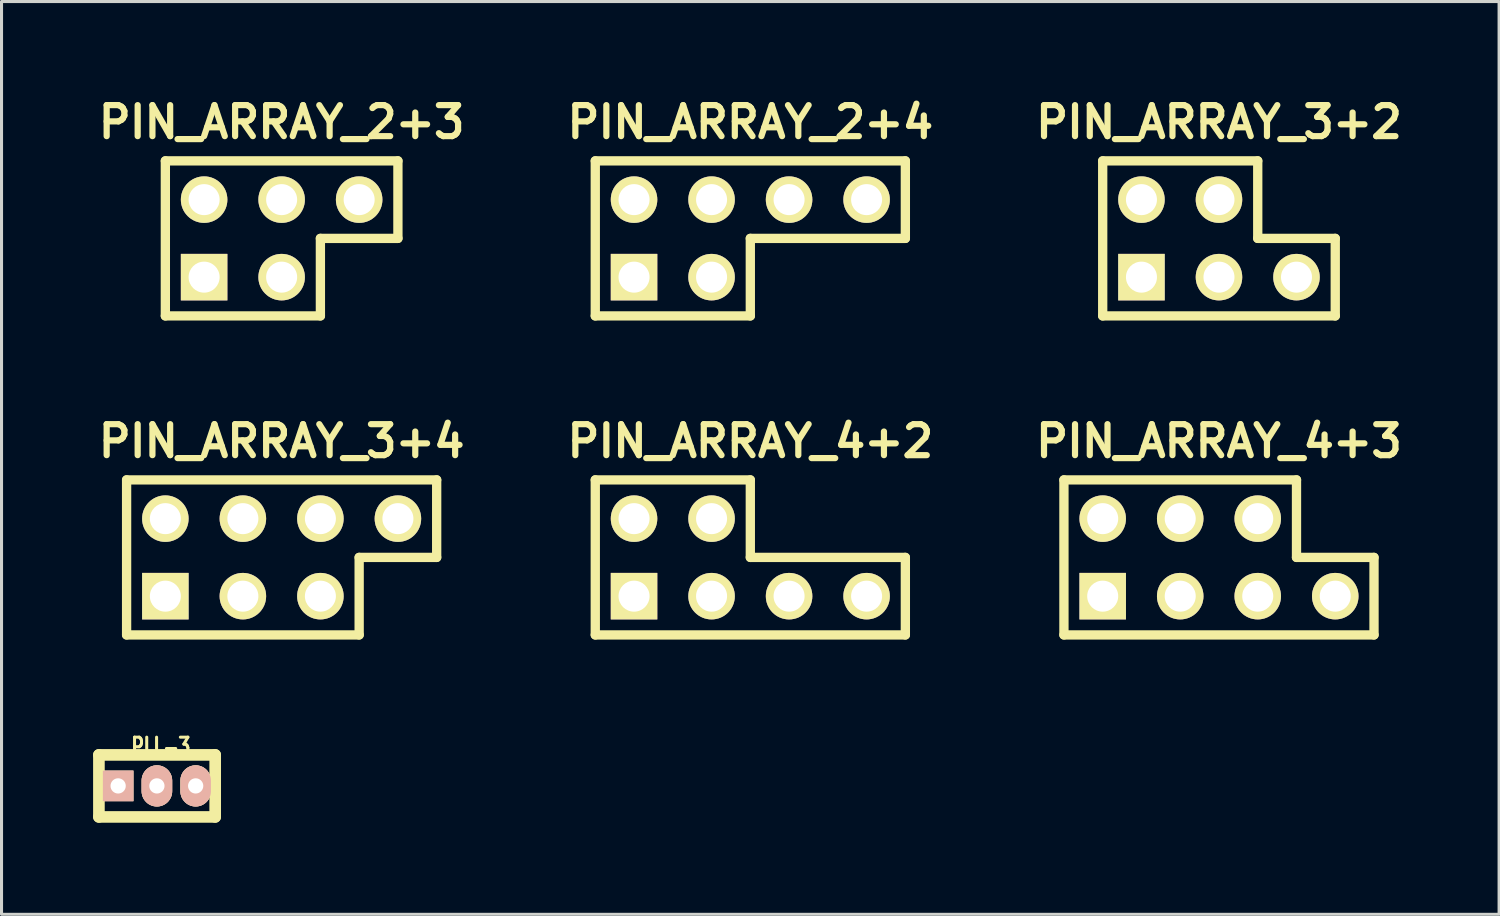
<source format=kicad_pcb>
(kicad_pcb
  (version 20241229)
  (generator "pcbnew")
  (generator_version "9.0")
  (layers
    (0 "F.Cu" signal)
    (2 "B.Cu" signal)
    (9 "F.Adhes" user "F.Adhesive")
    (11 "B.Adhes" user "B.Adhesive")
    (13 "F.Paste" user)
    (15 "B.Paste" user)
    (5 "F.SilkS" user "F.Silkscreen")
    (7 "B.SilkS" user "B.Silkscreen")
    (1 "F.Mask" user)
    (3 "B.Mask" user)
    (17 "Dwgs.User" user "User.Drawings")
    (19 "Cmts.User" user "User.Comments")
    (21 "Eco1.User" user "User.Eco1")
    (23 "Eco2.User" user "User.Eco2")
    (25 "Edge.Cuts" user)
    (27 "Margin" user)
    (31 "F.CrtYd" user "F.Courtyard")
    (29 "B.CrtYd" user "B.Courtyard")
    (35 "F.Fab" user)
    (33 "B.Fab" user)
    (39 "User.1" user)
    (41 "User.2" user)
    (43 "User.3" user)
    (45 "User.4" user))
  (footprint "PIN_ARRAY_4+3"
    (layer "F.Cu")
    (at 36.891 15.214)
    (property "Reference" "PIN_ARRAY_4+3" (at 0 -3.81 0) (layer "F.SilkS") (effects (font (size 1.016 1.016) (thickness 0.203))))
    (attr through_hole)
    (fp_line (start -5.08 -2.54) (end 2.54 -2.54) (stroke (width 0.305) (type solid)) (layer "F.SilkS"))
    (fp_line (start -5.08 2.54) (end -5.08 -2.54) (stroke (width 0.305) (type solid)) (layer "F.SilkS"))
    (fp_line (start 2.54 -2.54) (end 2.54 0) (stroke (width 0.305) (type solid)) (layer "F.SilkS"))
    (fp_line (start 2.54 0) (end 5.08 0) (stroke (width 0.305) (type solid)) (layer "F.SilkS"))
    (fp_line (start 5.08 0) (end 5.08 2.54) (stroke (width 0.305) (type solid)) (layer "F.SilkS"))
    (fp_line (start 5.08 2.54) (end -5.08 2.54) (stroke (width 0.305) (type solid)) (layer "F.SilkS"))
    (pad "1" thru_hole rect (at -3.81 1.27) (size 1.524 1.524) (drill 1.016) (layers "*.Cu" "*.Mask" "F.SilkS"))
    (pad "2" thru_hole circle (at -1.27 1.27) (size 1.524 1.524) (drill 1.016) (layers "*.Cu" "*.Mask" "F.SilkS"))
    (pad "3" thru_hole circle (at 1.27 1.27) (size 1.524 1.524) (drill 1.016) (layers "*.Cu" "*.Mask" "F.SilkS"))
    (pad "4" thru_hole circle (at 3.81 1.27) (size 1.524 1.524) (drill 1.016) (layers "*.Cu" "*.Mask" "F.SilkS"))
    (pad "5" thru_hole circle (at -3.81 -1.27) (size 1.524 1.524) (drill 1.016) (layers "*.Cu" "*.Mask" "F.SilkS"))
    (pad "6" thru_hole circle (at -1.27 -1.27) (size 1.524 1.524) (drill 1.016) (layers "*.Cu" "*.Mask" "F.SilkS"))
    (pad "7" thru_hole circle (at 1.27 -1.27) (size 1.524 1.524) (drill 1.016) (layers "*.Cu" "*.Mask" "F.SilkS")))
  (footprint "PLL-3"
    (layer "F.Cu")
    (at 2.223 22.701)
    (property "Reference" "PLL-3" (at 0 -1.27 0) (layer "F.SilkS") (effects (font (size 0.599 0.399) (thickness 0.099))))
    (attr through_hole)
    (fp_line (start -2.042 0.996) (end -2.052 1.006) (stroke (width 0.191) (type solid)) (layer "F.SilkS"))
    (fp_line (start -2.032 -1.016) (end 1.778 -1.016) (stroke (width 0.381) (type solid)) (layer "F.SilkS"))
    (fp_line (start -2.032 1.006) (end -2.042 0.996) (stroke (width 0.191) (type solid)) (layer "F.SilkS"))
    (fp_line (start -2.032 1.016) (end -2.032 -1.016) (stroke (width 0.381) (type solid)) (layer "F.SilkS"))
    (fp_line (start 1.778 -1.016) (end 1.778 1.016) (stroke (width 0.381) (type solid)) (layer "F.SilkS"))
    (fp_line (start 1.778 1.016) (end -2.032 1.016) (stroke (width 0.381) (type solid)) (layer "F.SilkS"))
    (pad "" np_thru_hole rect (at -1.402 0) (size 1.001 1.001) (drill 0.5) (layers "*.Cu" "*.SilkS" "*.Mask"))
    (pad "" np_thru_hole oval (at -0.132 0) (size 1.001 1.349) (drill 0.5) (layers "*.Cu" "*.SilkS" "*.Mask"))
    (pad "" np_thru_hole oval (at 1.138 0) (size 1.001 1.349) (drill 0.5) (layers "*.Cu" "*.SilkS" "*.Mask")))
  (footprint "PIN_ARRAY_3+4"
    (layer "F.Cu")
    (at 6.178 15.214)
    (property "Reference" "PIN_ARRAY_3+4" (at 0 -3.81 0) (layer "F.SilkS") (effects (font (size 1.016 1.016) (thickness 0.203))))
    (attr through_hole)
    (fp_line (start -5.08 -2.54) (end 5.08 -2.54) (stroke (width 0.305) (type solid)) (layer "F.SilkS"))
    (fp_line (start -5.08 2.54) (end -5.08 -2.54) (stroke (width 0.305) (type solid)) (layer "F.SilkS"))
    (fp_line (start 2.54 0) (end 2.54 2.54) (stroke (width 0.305) (type solid)) (layer "F.SilkS"))
    (fp_line (start 2.54 2.54) (end -5.08 2.54) (stroke (width 0.305) (type solid)) (layer "F.SilkS"))
    (fp_line (start 5.08 -2.54) (end 5.08 0) (stroke (width 0.305) (type solid)) (layer "F.SilkS"))
    (fp_line (start 5.08 0) (end 2.54 0) (stroke (width 0.305) (type solid)) (layer "F.SilkS"))
    (pad "1" thru_hole rect (at -3.81 1.27) (size 1.524 1.524) (drill 1.016) (layers "*.Cu" "*.Mask" "F.SilkS"))
    (pad "2" thru_hole circle (at -1.27 1.27) (size 1.524 1.524) (drill 1.016) (layers "*.Cu" "*.Mask" "F.SilkS"))
    (pad "3" thru_hole circle (at 1.27 1.27) (size 1.524 1.524) (drill 1.016) (layers "*.Cu" "*.Mask" "F.SilkS"))
    (pad "4" thru_hole circle (at -3.81 -1.27) (size 1.524 1.524) (drill 1.016) (layers "*.Cu" "*.Mask" "F.SilkS"))
    (pad "5" thru_hole circle (at -1.27 -1.27) (size 1.524 1.524) (drill 1.016) (layers "*.Cu" "*.Mask" "F.SilkS"))
    (pad "6" thru_hole circle (at 1.27 -1.27) (size 1.524 1.524) (drill 1.016) (layers "*.Cu" "*.Mask" "F.SilkS"))
    (pad "7" thru_hole circle (at 3.81 -1.27) (size 1.524 1.524) (drill 1.016) (layers "*.Cu" "*.Mask" "F.SilkS")))
  (footprint "PIN_ARRAY_2+4"
    (layer "F.Cu")
    (at 21.535 4.761)
    (property "Reference" "PIN_ARRAY_2+4" (at 0 -3.81 0) (layer "F.SilkS") (effects (font (size 1.016 1.016) (thickness 0.203))))
    (attr through_hole)
    (fp_line (start -5.08 -2.54) (end 5.08 -2.54) (stroke (width 0.305) (type solid)) (layer "F.SilkS"))
    (fp_line (start -5.08 2.54) (end -5.08 -2.54) (stroke (width 0.305) (type solid)) (layer "F.SilkS"))
    (fp_line (start 0 0) (end 0 2.54) (stroke (width 0.305) (type solid)) (layer "F.SilkS"))
    (fp_line (start 0 2.54) (end -5.08 2.54) (stroke (width 0.305) (type solid)) (layer "F.SilkS"))
    (fp_line (start 5.08 -2.54) (end 5.08 0) (stroke (width 0.305) (type solid)) (layer "F.SilkS"))
    (fp_line (start 5.08 0) (end 0 0) (stroke (width 0.305) (type solid)) (layer "F.SilkS"))
    (pad "1" thru_hole rect (at -3.81 1.27) (size 1.524 1.524) (drill 1.016) (layers "*.Cu" "*.Mask" "F.SilkS"))
    (pad "2" thru_hole circle (at -1.27 1.27) (size 1.524 1.524) (drill 1.016) (layers "*.Cu" "*.Mask" "F.SilkS"))
    (pad "3" thru_hole circle (at -3.81 -1.27) (size 1.524 1.524) (drill 1.016) (layers "*.Cu" "*.Mask" "F.SilkS"))
    (pad "4" thru_hole circle (at -1.27 -1.27) (size 1.524 1.524) (drill 1.016) (layers "*.Cu" "*.Mask" "F.SilkS"))
    (pad "5" thru_hole circle (at 1.27 -1.27) (size 1.524 1.524) (drill 1.016) (layers "*.Cu" "*.Mask" "F.SilkS"))
    (pad "6" thru_hole circle (at 3.81 -1.27) (size 1.524 1.524) (drill 1.016) (layers "*.Cu" "*.Mask" "F.SilkS")))
  (footprint "PIN_ARRAY_4+2"
    (layer "F.Cu")
    (at 21.535 15.214)
    (property "Reference" "PIN_ARRAY_4+2" (at 0 -3.81 0) (layer "F.SilkS") (effects (font (size 1.016 1.016) (thickness 0.203))))
    (attr through_hole)
    (fp_line (start -5.08 -2.54) (end 0 -2.54) (stroke (width 0.305) (type solid)) (layer "F.SilkS"))
    (fp_line (start -5.08 2.54) (end -5.08 -2.54) (stroke (width 0.305) (type solid)) (layer "F.SilkS"))
    (fp_line (start 0 -2.54) (end 0 0) (stroke (width 0.305) (type solid)) (layer "F.SilkS"))
    (fp_line (start 0 0) (end 5.08 0) (stroke (width 0.305) (type solid)) (layer "F.SilkS"))
    (fp_line (start 5.08 0) (end 5.08 2.54) (stroke (width 0.305) (type solid)) (layer "F.SilkS"))
    (fp_line (start 5.08 2.54) (end -5.08 2.54) (stroke (width 0.305) (type solid)) (layer "F.SilkS"))
    (pad "1" thru_hole rect (at -3.81 1.27) (size 1.524 1.524) (drill 1.016) (layers "*.Cu" "*.Mask" "F.SilkS"))
    (pad "2" thru_hole circle (at -1.27 1.27) (size 1.524 1.524) (drill 1.016) (layers "*.Cu" "*.Mask" "F.SilkS"))
    (pad "3" thru_hole circle (at 1.27 1.27) (size 1.524 1.524) (drill 1.016) (layers "*.Cu" "*.Mask" "F.SilkS"))
    (pad "4" thru_hole circle (at 3.81 1.27) (size 1.524 1.524) (drill 1.016) (layers "*.Cu" "*.Mask" "F.SilkS"))
    (pad "5" thru_hole circle (at -3.81 -1.27) (size 1.524 1.524) (drill 1.016) (layers "*.Cu" "*.Mask" "F.SilkS"))
    (pad "6" thru_hole circle (at -1.27 -1.27) (size 1.524 1.524) (drill 1.016) (layers "*.Cu" "*.Mask" "F.SilkS")))
  (footprint "PIN_ARRAY_2+3"
    (layer "F.Cu")
    (at 6.178 4.761)
    (property "Reference" "PIN_ARRAY_2+3" (at 0 -3.81 0) (layer "F.SilkS") (effects (font (size 1.016 1.016) (thickness 0.203))))
    (attr through_hole)
    (fp_line (start -3.81 -2.54) (end -3.81 2.54) (stroke (width 0.305) (type solid)) (layer "F.SilkS"))
    (fp_line (start -3.81 2.54) (end 1.27 2.54) (stroke (width 0.305) (type solid)) (layer "F.SilkS"))
    (fp_line (start 1.27 0) (end 1.27 2.54) (stroke (width 0.305) (type solid)) (layer "F.SilkS"))
    (fp_line (start 3.81 -2.54) (end -3.81 -2.54) (stroke (width 0.305) (type solid)) (layer "F.SilkS"))
    (fp_line (start 3.81 -2.54) (end 3.81 0) (stroke (width 0.305) (type solid)) (layer "F.SilkS"))
    (fp_line (start 3.81 0) (end 1.27 0) (stroke (width 0.305) (type solid)) (layer "F.SilkS"))
    (pad "1" thru_hole rect (at -2.54 1.27) (size 1.524 1.524) (drill 1.016) (layers "*.Cu" "*.Mask" "F.SilkS"))
    (pad "2" thru_hole circle (at 0 1.27) (size 1.524 1.524) (drill 1.016) (layers "*.Cu" "*.Mask" "F.SilkS"))
    (pad "3" thru_hole circle (at -2.54 -1.27) (size 1.524 1.524) (drill 1.016) (layers "*.Cu" "*.Mask" "F.SilkS"))
    (pad "4" thru_hole circle (at 0 -1.27) (size 1.524 1.524) (drill 1.016) (layers "*.Cu" "*.Mask" "F.SilkS"))
    (pad "5" thru_hole circle (at 2.54 -1.27) (size 1.524 1.524) (drill 1.016) (layers "*.Cu" "*.Mask" "F.SilkS")))
  (footprint "PIN_ARRAY_3+2"
    (layer "F.Cu")
    (at 36.891 4.761)
    (property "Reference" "PIN_ARRAY_3+2" (at 0 -3.81 0) (layer "F.SilkS") (effects (font (size 1.016 1.016) (thickness 0.203))))
    (attr through_hole)
    (fp_line (start -3.81 -2.54) (end -3.81 2.54) (stroke (width 0.305) (type solid)) (layer "F.SilkS"))
    (fp_line (start -3.81 -2.54) (end 1.27 -2.54) (stroke (width 0.305) (type solid)) (layer "F.SilkS"))
    (fp_line (start -3.81 2.54) (end 3.81 2.54) (stroke (width 0.305) (type solid)) (layer "F.SilkS"))
    (fp_line (start 1.27 0) (end 1.27 -2.54) (stroke (width 0.305) (type solid)) (layer "F.SilkS"))
    (fp_line (start 3.81 0) (end 1.27 0) (stroke (width 0.305) (type solid)) (layer "F.SilkS"))
    (fp_line (start 3.81 2.54) (end 3.81 0) (stroke (width 0.305) (type solid)) (layer "F.SilkS"))
    (pad "1" thru_hole rect (at -2.54 1.27) (size 1.524 1.524) (drill 1.016) (layers "*.Cu" "*.Mask" "F.SilkS"))
    (pad "2" thru_hole circle (at 0 1.27) (size 1.524 1.524) (drill 1.016) (layers "*.Cu" "*.Mask" "F.SilkS"))
    (pad "3" thru_hole circle (at 2.54 1.27) (size 1.524 1.524) (drill 1.016) (layers "*.Cu" "*.Mask" "F.SilkS"))
    (pad "4" thru_hole circle (at -2.54 -1.27) (size 1.524 1.524) (drill 1.016) (layers "*.Cu" "*.Mask" "F.SilkS"))
    (pad "5" thru_hole circle (at 0 -1.27) (size 1.524 1.524) (drill 1.016) (layers "*.Cu" "*.Mask" "F.SilkS")))
  (gr_rect
    (start -3 -3)
    (end 46.069 26.908)
    (stroke (width 0.1) (type default))
    (fill no)
    (layer "Edge.Cuts")))
</source>
